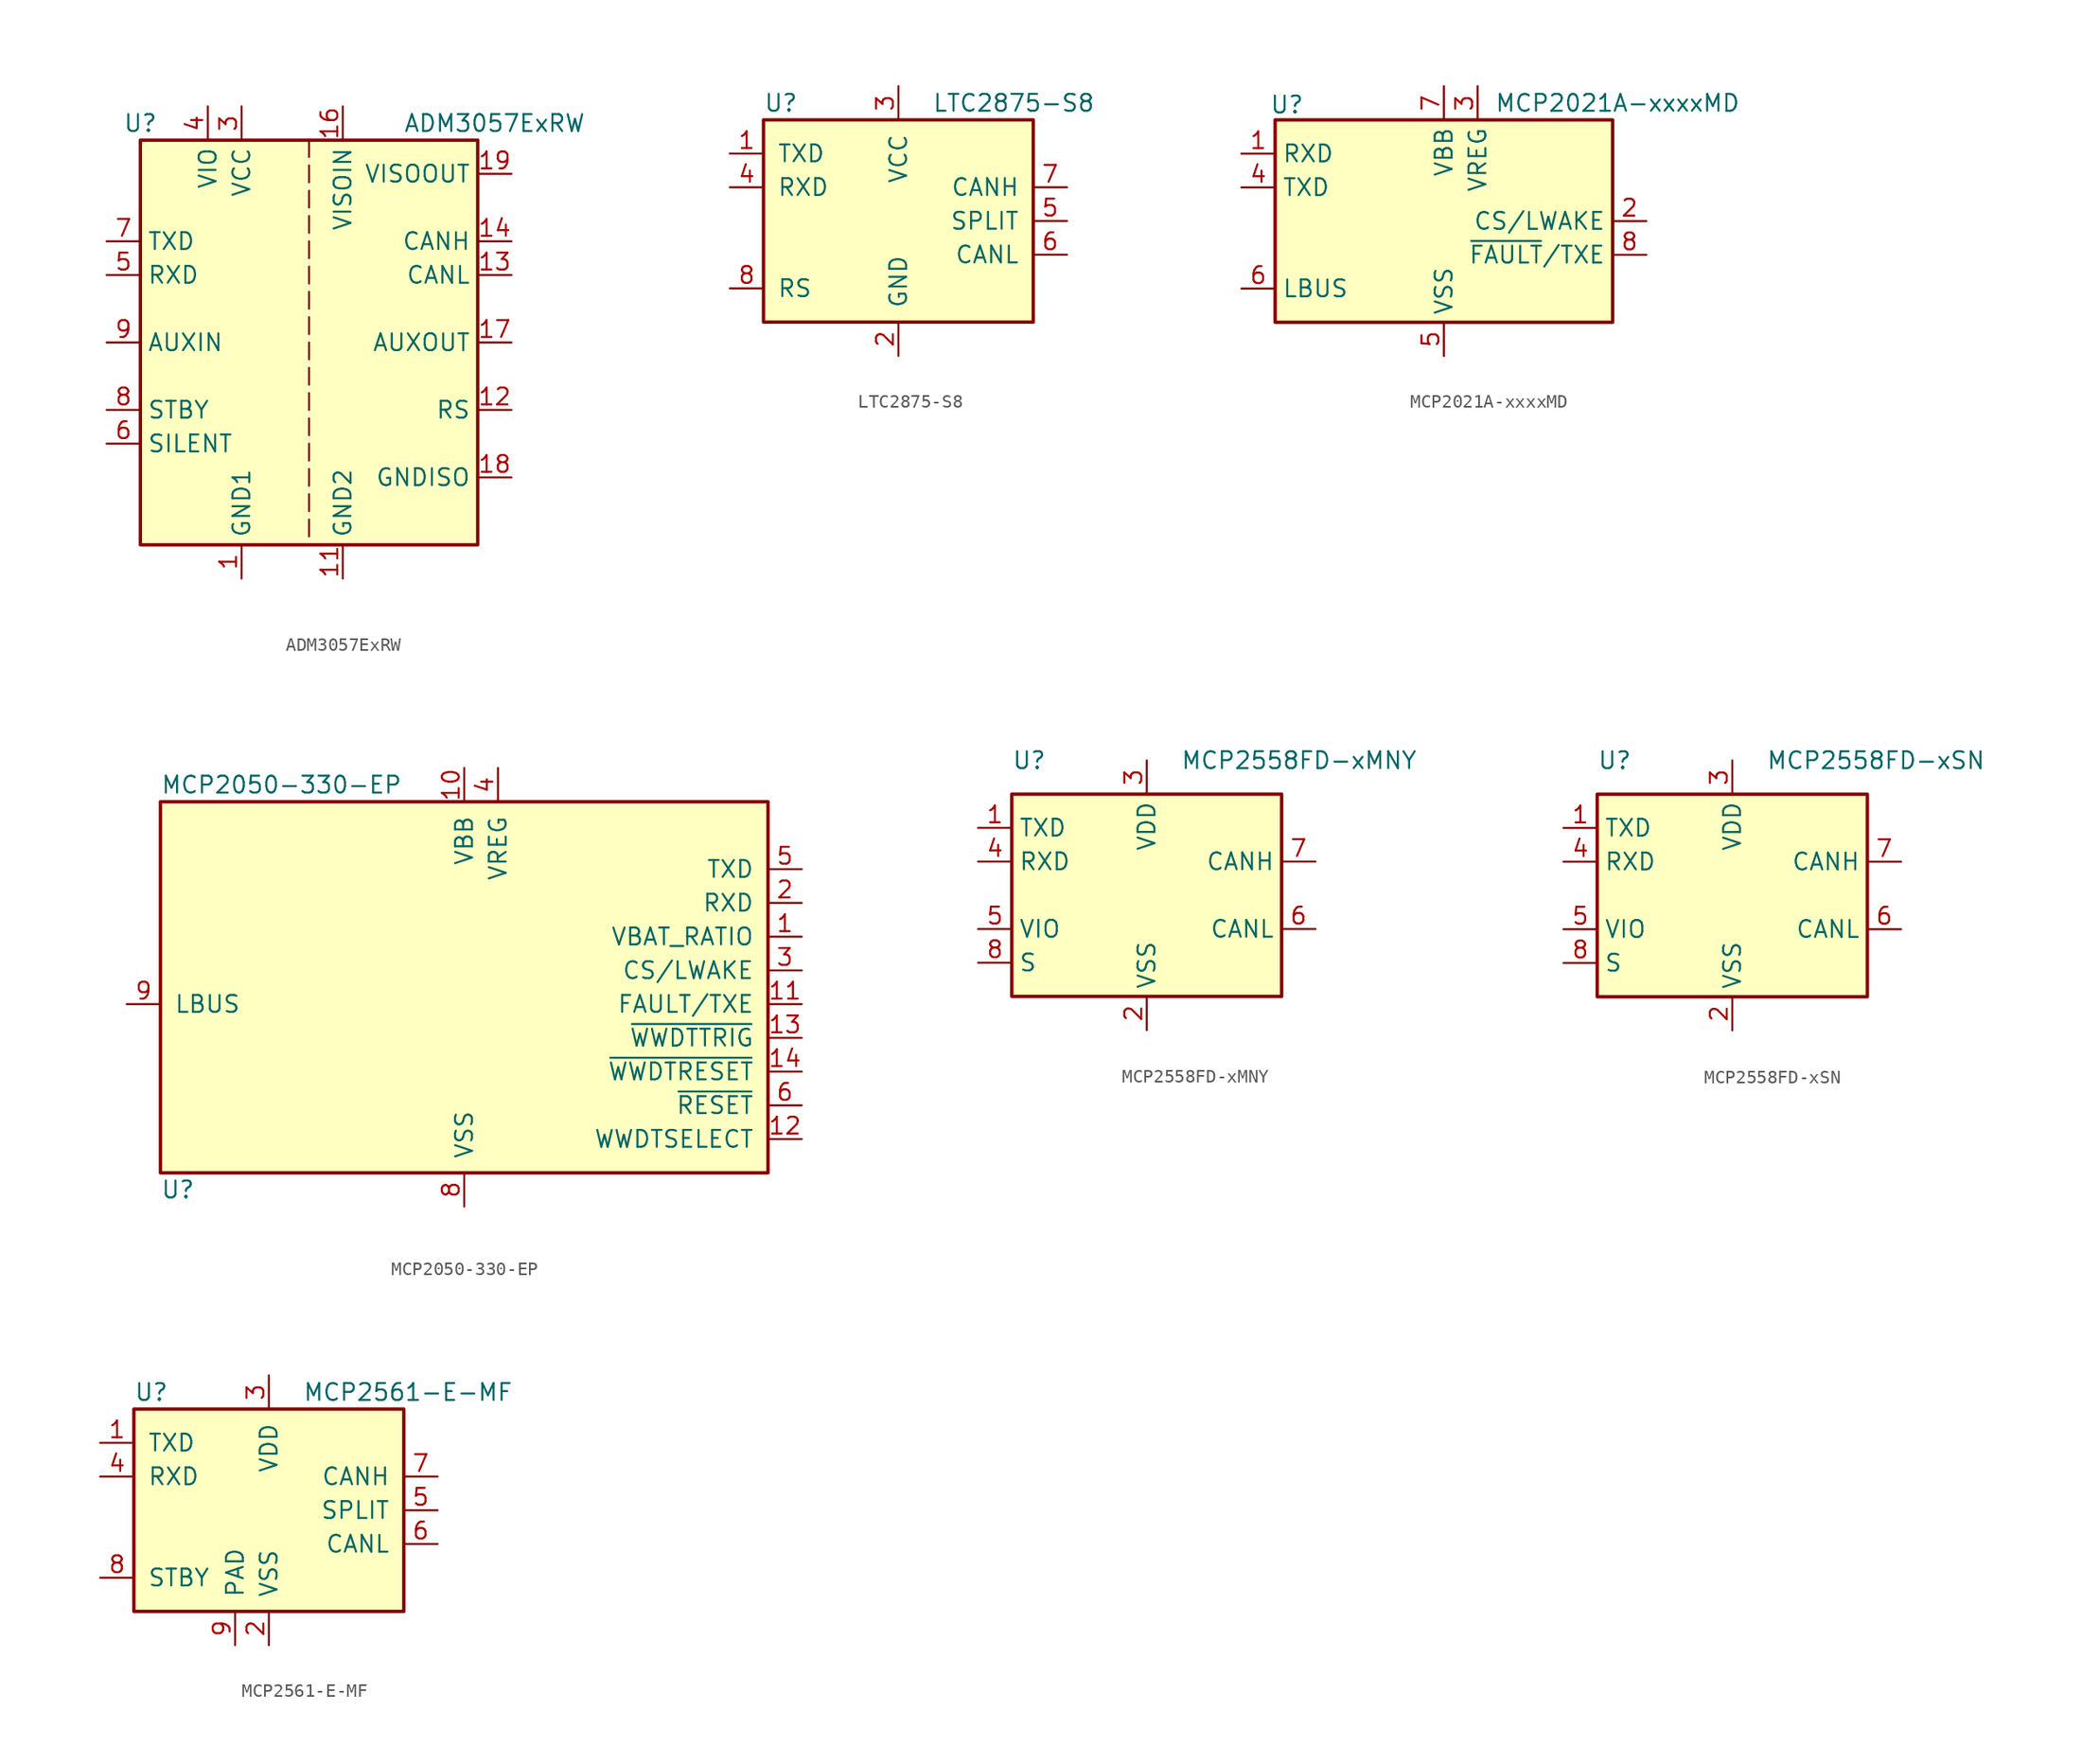
<source format=kicad_sym>
(kicad_symbol_lib
  (version 20211014)
  (generator kicad_symbol_editor)
  (symbol "ADM3057ExRW"
    (property "Reference" "U"
      (at -12.7 16.51 0)
      (effects (font (size 1.27 1.27))))
    (property "Value" "ADM3057ExRW"
      (at 13.97 16.51 0)
      (effects (font (size 1.27 1.27))))
    (symbol "ADM3057ExRW_0_1"
      (rectangle (start -12.7 15.24) (end 12.7 -15.24) (stroke (width 0.254) (type default) (color 0 0 0 0)) (fill (type background)))
      (polyline (pts (xy 0 -13.335) (xy 0 -14.605)) (stroke (width 0) (type default) (color 0 0 0 0)) (fill (type none)))
      (polyline (pts (xy 0 -11.43) (xy 0 -12.7)) (stroke (width 0) (type default) (color 0 0 0 0)) (fill (type none)))
      (polyline (pts (xy 0 -9.525) (xy 0 -10.795)) (stroke (width 0) (type default) (color 0 0 0 0)) (fill (type none)))
      (polyline (pts (xy 0 -7.62) (xy 0 -8.89)) (stroke (width 0) (type default) (color 0 0 0 0)) (fill (type none)))
      (polyline (pts (xy 0 -5.715) (xy 0 -6.985)) (stroke (width 0) (type default) (color 0 0 0 0)) (fill (type none)))
      (polyline (pts (xy 0 -3.81) (xy 0 -5.08)) (stroke (width 0) (type default) (color 0 0 0 0)) (fill (type none)))
      (polyline (pts (xy 0 -1.905) (xy 0 -3.175)) (stroke (width 0) (type default) (color 0 0 0 0)) (fill (type none)))
      (polyline (pts (xy 0 0) (xy 0 -1.27)) (stroke (width 0) (type default) (color 0 0 0 0)) (fill (type none)))
      (polyline (pts (xy 0 1.905) (xy 0 0.635)) (stroke (width 0) (type default) (color 0 0 0 0)) (fill (type none)))
      (polyline (pts (xy 0 3.81) (xy 0 2.54)) (stroke (width 0) (type default) (color 0 0 0 0)) (fill (type none)))
      (polyline (pts (xy 0 5.715) (xy 0 4.445)) (stroke (width 0) (type default) (color 0 0 0 0)) (fill (type none)))
      (polyline (pts (xy 0 7.62) (xy 0 6.35)) (stroke (width 0) (type default) (color 0 0 0 0)) (fill (type none)))
      (polyline (pts (xy 0 9.525) (xy 0 8.255)) (stroke (width 0) (type default) (color 0 0 0 0)) (fill (type none)))
      (polyline (pts (xy 0 11.43) (xy 0 10.16)) (stroke (width 0) (type default) (color 0 0 0 0)) (fill (type none)))
      (polyline (pts (xy 0 13.335) (xy 0 12.065)) (stroke (width 0) (type default) (color 0 0 0 0)) (fill (type none)))
      (polyline (pts (xy 0 15.24) (xy 0 13.97)) (stroke (width 0) (type default) (color 0 0 0 0)) (fill (type none))))
    (symbol "ADM3057ExRW_1_1"
      (pin power_in line (at -5.08 -17.78 90) (length 2.54) (name "GND1" (effects (font (size 1.27 1.27)))) (number "1" (effects (font (size 1.27 1.27)))))
      (pin passive line (at -5.08 -17.78 90) (length 2.54) hide (name "GND1" (effects (font (size 1.27 1.27)))) (number "10" (effects (font (size 1.27 1.27)))))
      (pin passive line (at 2.54 -17.78 90) (length 2.54) (name "GND2" (effects (font (size 1.27 1.27)))) (number "11" (effects (font (size 1.27 1.27)))))
      (pin input line (at 15.24 -5.08 180) (length 2.54) (name "RS" (effects (font (size 1.27 1.27)))) (number "12" (effects (font (size 1.27 1.27)))))
      (pin bidirectional line (at 15.24 5.08 180) (length 2.54) (name "CANL" (effects (font (size 1.27 1.27)))) (number "13" (effects (font (size 1.27 1.27)))))
      (pin bidirectional line (at 15.24 7.62 180) (length 2.54) (name "CANH" (effects (font (size 1.27 1.27)))) (number "14" (effects (font (size 1.27 1.27)))))
      (pin passive line (at 2.54 -17.78 90) (length 2.54) hide (name "GND2" (effects (font (size 1.27 1.27)))) (number "15" (effects (font (size 1.27 1.27)))))
      (pin passive line (at 2.54 17.78 270) (length 2.54) (name "VISOIN" (effects (font (size 1.27 1.27)))) (number "16" (effects (font (size 1.27 1.27)))))
      (pin output line (at 15.24 0 180) (length 2.54) (name "AUXOUT" (effects (font (size 1.27 1.27)))) (number "17" (effects (font (size 1.27 1.27)))))
      (pin passive line (at 15.24 -10.16 180) (length 2.54) (name "GNDISO" (effects (font (size 1.27 1.27)))) (number "18" (effects (font (size 1.27 1.27)))))
      (pin passive line (at 15.24 12.7 180) (length 2.54) (name "VISOOUT" (effects (font (size 1.27 1.27)))) (number "19" (effects (font (size 1.27 1.27)))))
      (pin passive line (at -5.08 -17.78 90) (length 2.54) hide (name "GND1" (effects (font (size 1.27 1.27)))) (number "2" (effects (font (size 1.27 1.27)))))
      (pin passive line (at 15.24 -10.16 180) (length 2.54) hide (name "GNDISO" (effects (font (size 1.27 1.27)))) (number "20" (effects (font (size 1.27 1.27)))))
      (pin power_in line (at -5.08 17.78 270) (length 2.54) (name "VCC" (effects (font (size 1.27 1.27)))) (number "3" (effects (font (size 1.27 1.27)))))
      (pin power_in line (at -7.62 17.78 270) (length 2.54) (name "VIO" (effects (font (size 1.27 1.27)))) (number "4" (effects (font (size 1.27 1.27)))))
      (pin output line (at -15.24 5.08 0) (length 2.54) (name "RXD" (effects (font (size 1.27 1.27)))) (number "5" (effects (font (size 1.27 1.27)))))
      (pin input line (at -15.24 -7.62 0) (length 2.54) (name "SILENT" (effects (font (size 1.27 1.27)))) (number "6" (effects (font (size 1.27 1.27)))))
      (pin input line (at -15.24 7.62 0) (length 2.54) (name "TXD" (effects (font (size 1.27 1.27)))) (number "7" (effects (font (size 1.27 1.27)))))
      (pin input line (at -15.24 -5.08 0) (length 2.54) (name "STBY" (effects (font (size 1.27 1.27)))) (number "8" (effects (font (size 1.27 1.27)))))
      (pin input line (at -15.24 0 0) (length 2.54) (name "AUXIN" (effects (font (size 1.27 1.27)))) (number "9" (effects (font (size 1.27 1.27)))))))
  (symbol "LTC2875-S8"
    (pin_names
      (offset 1.016))
    (property "Reference" "U"
      (at -10.16 8.89 0)
      (effects (font (size 1.27 1.27)) (justify left)))
    (property "Value" "LTC2875-S8"
      (at 2.54 8.89 0)
      (effects (font (size 1.27 1.27)) (justify left)))
    (symbol "LTC2875-S8_0_1"
      (rectangle (start -10.16 7.62) (end 10.16 -7.62) (stroke (width 0.254) (type default) (color 0 0 0 0)) (fill (type background))))
    (symbol "LTC2875-S8_1_1"
      (pin input line (at -12.7 5.08 0) (length 2.54) (name "TXD" (effects (font (size 1.27 1.27)))) (number "1" (effects (font (size 1.27 1.27)))))
      (pin power_in line (at 0 -10.16 90) (length 2.54) (name "GND" (effects (font (size 1.27 1.27)))) (number "2" (effects (font (size 1.27 1.27)))))
      (pin power_in line (at 0 10.16 270) (length 2.54) (name "VCC" (effects (font (size 1.27 1.27)))) (number "3" (effects (font (size 1.27 1.27)))))
      (pin output line (at -12.7 2.54 0) (length 2.54) (name "RXD" (effects (font (size 1.27 1.27)))) (number "4" (effects (font (size 1.27 1.27)))))
      (pin input line (at 12.7 0 180) (length 2.54) (name "SPLIT" (effects (font (size 1.27 1.27)))) (number "5" (effects (font (size 1.27 1.27)))))
      (pin bidirectional line (at 12.7 -2.54 180) (length 2.54) (name "CANL" (effects (font (size 1.27 1.27)))) (number "6" (effects (font (size 1.27 1.27)))))
      (pin bidirectional line (at 12.7 2.54 180) (length 2.54) (name "CANH" (effects (font (size 1.27 1.27)))) (number "7" (effects (font (size 1.27 1.27)))))
      (pin input line (at -12.7 -5.08 0) (length 2.54) (name "RS" (effects (font (size 1.27 1.27)))) (number "8" (effects (font (size 1.27 1.27)))))))
  (symbol "MCP2021A-xxxxMD"
    (property "Reference" "U"
      (at -11.811 8.763 0)
      (effects (font (size 1.27 1.27))))
    (property "Value" "MCP2021A-xxxxMD"
      (at 3.81 8.89 0)
      (effects (font (size 1.27 1.27)) (justify left)))
    (symbol "MCP2021A-xxxxMD_0_1"
      (rectangle (start -12.7 7.62) (end 12.7 -7.62) (stroke (width 0.254) (type default) (color 0 0 0 0)) (fill (type background))))
    (symbol "MCP2021A-xxxxMD_1_1"
      (pin output line (at -15.24 5.08 0) (length 2.54) (name "RXD" (effects (font (size 1.27 1.27)))) (number "1" (effects (font (size 1.27 1.27)))))
      (pin input line (at 15.24 0 180) (length 2.54) (name "CS/LWAKE" (effects (font (size 1.27 1.27)))) (number "2" (effects (font (size 1.27 1.27)))))
      (pin power_out line (at 2.54 10.16 270) (length 2.54) (name "VREG" (effects (font (size 1.27 1.27)))) (number "3" (effects (font (size 1.27 1.27)))))
      (pin input line (at -15.24 2.54 0) (length 2.54) (name "TXD" (effects (font (size 1.27 1.27)))) (number "4" (effects (font (size 1.27 1.27)))))
      (pin power_in line (at 0 -10.16 90) (length 2.54) (name "VSS" (effects (font (size 1.27 1.27)))) (number "5" (effects (font (size 1.27 1.27)))))
      (pin open_collector line (at -15.24 -5.08 0) (length 2.54) (name "LBUS" (effects (font (size 1.27 1.27)))) (number "6" (effects (font (size 1.27 1.27)))))
      (pin power_in line (at 0 10.16 270) (length 2.54) (name "VBB" (effects (font (size 1.27 1.27)))) (number "7" (effects (font (size 1.27 1.27)))))
      (pin open_collector line (at 15.24 -2.54 180) (length 2.54) (name "~{FAULT}/TXE" (effects (font (size 1.27 1.27)))) (number "8" (effects (font (size 1.27 1.27)))))
      (pin passive line (at 0 -10.16 90) (length 2.54) hide (name "VSS" (effects (font (size 1.27 1.27)))) (number "9" (effects (font (size 1.27 1.27)))))))
  (symbol "MCP2050-330-EP"
    (pin_names
      (offset 1.016))
    (property "Reference" "U"
      (at -22.86 -13.97 0)
      (effects (font (size 1.27 1.27)) (justify left)))
    (property "Value" "MCP2050-330-EP"
      (at -22.86 16.51 0)
      (effects (font (size 1.27 1.27)) (justify left)))
    (symbol "MCP2050-330-EP_0_1"
      (rectangle (start -22.86 15.24) (end 22.86 -12.7) (stroke (width 0.254) (type default) (color 0 0 0 0)) (fill (type background))))
    (symbol "MCP2050-330-EP_1_1"
      (pin output line (at 25.4 5.08 180) (length 2.54) (name "VBAT_RATIO" (effects (font (size 1.27 1.27)))) (number "1" (effects (font (size 1.27 1.27)))))
      (pin power_in line (at 0 17.78 270) (length 2.54) (name "VBB" (effects (font (size 1.27 1.27)))) (number "10" (effects (font (size 1.27 1.27)))))
      (pin open_collector line (at 25.4 0 180) (length 2.54) (name "FAULT/TXE" (effects (font (size 1.27 1.27)))) (number "11" (effects (font (size 1.27 1.27)))))
      (pin input line (at 25.4 -10.16 180) (length 2.54) (name "WWDTSELECT" (effects (font (size 1.27 1.27)))) (number "12" (effects (font (size 1.27 1.27)))))
      (pin input line (at 25.4 -2.54 180) (length 2.54) (name "~{WWDTTRIG}" (effects (font (size 1.27 1.27)))) (number "13" (effects (font (size 1.27 1.27)))))
      (pin output line (at 25.4 -5.08 180) (length 2.54) (name "~{WWDTRESET}" (effects (font (size 1.27 1.27)))) (number "14" (effects (font (size 1.27 1.27)))))
      (pin output line (at 25.4 7.62 180) (length 2.54) (name "RXD" (effects (font (size 1.27 1.27)))) (number "2" (effects (font (size 1.27 1.27)))))
      (pin input line (at 25.4 2.54 180) (length 2.54) (name "CS/LWAKE" (effects (font (size 1.27 1.27)))) (number "3" (effects (font (size 1.27 1.27)))))
      (pin power_out line (at 2.54 17.78 270) (length 2.54) (name "VREG" (effects (font (size 1.27 1.27)))) (number "4" (effects (font (size 1.27 1.27)))))
      (pin input line (at 25.4 10.16 180) (length 2.54) (name "TXD" (effects (font (size 1.27 1.27)))) (number "5" (effects (font (size 1.27 1.27)))))
      (pin output line (at 25.4 -7.62 180) (length 2.54) (name "~{RESET}" (effects (font (size 1.27 1.27)))) (number "6" (effects (font (size 1.27 1.27)))))
      (pin no_connect line (at -25.4 -7.62 0) (length 2.54) hide (name "NC" (effects (font (size 1.27 1.27)))) (number "7" (effects (font (size 1.27 1.27)))))
      (pin power_in line (at 0 -15.24 90) (length 2.54) (name "VSS" (effects (font (size 1.27 1.27)))) (number "8" (effects (font (size 1.27 1.27)))))
      (pin open_collector line (at -25.4 0 0) (length 2.54) (name "LBUS" (effects (font (size 1.27 1.27)))) (number "9" (effects (font (size 1.27 1.27)))))))
  (symbol "MCP2558FD-xMNY"
    (property "Reference" "U"
      (at -10.16 10.16 0)
      (effects (font (size 1.27 1.27)) (justify left)))
    (property "Value" "MCP2558FD-xMNY"
      (at 2.54 10.16 0)
      (effects (font (size 1.27 1.27)) (justify left)))
    (symbol "MCP2558FD-xMNY_0_1"
      (rectangle (start -10.16 7.62) (end 10.16 -7.62) (stroke (width 0.254) (type default) (color 0 0 0 0)) (fill (type background))))
    (symbol "MCP2558FD-xMNY_1_1"
      (pin input line (at -12.7 5.08 0) (length 2.54) (name "TXD" (effects (font (size 1.27 1.27)))) (number "1" (effects (font (size 1.27 1.27)))))
      (pin power_in line (at 0 -10.16 90) (length 2.54) (name "VSS" (effects (font (size 1.27 1.27)))) (number "2" (effects (font (size 1.27 1.27)))))
      (pin power_in line (at 0 10.16 270) (length 2.54) (name "VDD" (effects (font (size 1.27 1.27)))) (number "3" (effects (font (size 1.27 1.27)))))
      (pin output line (at -12.7 2.54 0) (length 2.54) (name "RXD" (effects (font (size 1.27 1.27)))) (number "4" (effects (font (size 1.27 1.27)))))
      (pin power_in line (at -12.7 -2.54 0) (length 2.54) (name "VIO" (effects (font (size 1.27 1.27)))) (number "5" (effects (font (size 1.27 1.27)))))
      (pin bidirectional line (at 12.7 -2.54 180) (length 2.54) (name "CANL" (effects (font (size 1.27 1.27)))) (number "6" (effects (font (size 1.27 1.27)))))
      (pin bidirectional line (at 12.7 2.54 180) (length 2.54) (name "CANH" (effects (font (size 1.27 1.27)))) (number "7" (effects (font (size 1.27 1.27)))))
      (pin input line (at -12.7 -5.08 0) (length 2.54) (name "S" (effects (font (size 1.27 1.27)))) (number "8" (effects (font (size 1.27 1.27)))))
      (pin passive line (at 0 -10.16 90) (length 2.54) hide (name "VSS" (effects (font (size 1.27 1.27)))) (number "9" (effects (font (size 1.27 1.27)))))))
  (symbol "MCP2558FD-xSN"
    (property "Reference" "U"
      (at -10.16 10.16 0)
      (effects (font (size 1.27 1.27)) (justify left)))
    (property "Value" "MCP2558FD-xSN"
      (at 2.54 10.16 0)
      (effects (font (size 1.27 1.27)) (justify left)))
    (symbol "MCP2558FD-xSN_0_1"
      (rectangle (start -10.16 7.62) (end 10.16 -7.62) (stroke (width 0.254) (type default) (color 0 0 0 0)) (fill (type background))))
    (symbol "MCP2558FD-xSN_1_1"
      (pin input line (at -12.7 5.08 0) (length 2.54) (name "TXD" (effects (font (size 1.27 1.27)))) (number "1" (effects (font (size 1.27 1.27)))))
      (pin power_in line (at 0 -10.16 90) (length 2.54) (name "VSS" (effects (font (size 1.27 1.27)))) (number "2" (effects (font (size 1.27 1.27)))))
      (pin power_in line (at 0 10.16 270) (length 2.54) (name "VDD" (effects (font (size 1.27 1.27)))) (number "3" (effects (font (size 1.27 1.27)))))
      (pin output line (at -12.7 2.54 0) (length 2.54) (name "RXD" (effects (font (size 1.27 1.27)))) (number "4" (effects (font (size 1.27 1.27)))))
      (pin power_in line (at -12.7 -2.54 0) (length 2.54) (name "VIO" (effects (font (size 1.27 1.27)))) (number "5" (effects (font (size 1.27 1.27)))))
      (pin bidirectional line (at 12.7 -2.54 180) (length 2.54) (name "CANL" (effects (font (size 1.27 1.27)))) (number "6" (effects (font (size 1.27 1.27)))))
      (pin bidirectional line (at 12.7 2.54 180) (length 2.54) (name "CANH" (effects (font (size 1.27 1.27)))) (number "7" (effects (font (size 1.27 1.27)))))
      (pin input line (at -12.7 -5.08 0) (length 2.54) (name "S" (effects (font (size 1.27 1.27)))) (number "8" (effects (font (size 1.27 1.27)))))))
  (symbol "MCP2561-E-MF"
    (pin_names
      (offset 1.016))
    (property "Reference" "U"
      (at -10.16 8.89 0)
      (effects (font (size 1.27 1.27)) (justify left)))
    (property "Value" "MCP2561-E-MF"
      (at 2.54 8.89 0)
      (effects (font (size 1.27 1.27)) (justify left)))
    (symbol "MCP2561-E-MF_0_1"
      (rectangle (start -10.16 7.62) (end 10.16 -7.62) (stroke (width 0.254) (type default) (color 0 0 0 0)) (fill (type background))))
    (symbol "MCP2561-E-MF_1_1"
      (pin input line (at -12.7 5.08 0) (length 2.54) (name "TXD" (effects (font (size 1.27 1.27)))) (number "1" (effects (font (size 1.27 1.27)))))
      (pin power_in line (at 0 -10.16 90) (length 2.54) (name "VSS" (effects (font (size 1.27 1.27)))) (number "2" (effects (font (size 1.27 1.27)))))
      (pin power_in line (at 0 10.16 270) (length 2.54) (name "VDD" (effects (font (size 1.27 1.27)))) (number "3" (effects (font (size 1.27 1.27)))))
      (pin output line (at -12.7 2.54 0) (length 2.54) (name "RXD" (effects (font (size 1.27 1.27)))) (number "4" (effects (font (size 1.27 1.27)))))
      (pin passive line (at 12.7 0 180) (length 2.54) (name "SPLIT" (effects (font (size 1.27 1.27)))) (number "5" (effects (font (size 1.27 1.27)))))
      (pin bidirectional line (at 12.7 -2.54 180) (length 2.54) (name "CANL" (effects (font (size 1.27 1.27)))) (number "6" (effects (font (size 1.27 1.27)))))
      (pin bidirectional line (at 12.7 2.54 180) (length 2.54) (name "CANH" (effects (font (size 1.27 1.27)))) (number "7" (effects (font (size 1.27 1.27)))))
      (pin input line (at -12.7 -5.08 0) (length 2.54) (name "STBY" (effects (font (size 1.27 1.27)))) (number "8" (effects (font (size 1.27 1.27)))))
      (pin power_in line (at -2.54 -10.16 90) (length 2.54) (name "PAD" (effects (font (size 1.27 1.27)))) (number "9" (effects (font (size 1.27 1.27))))))))
</source>
